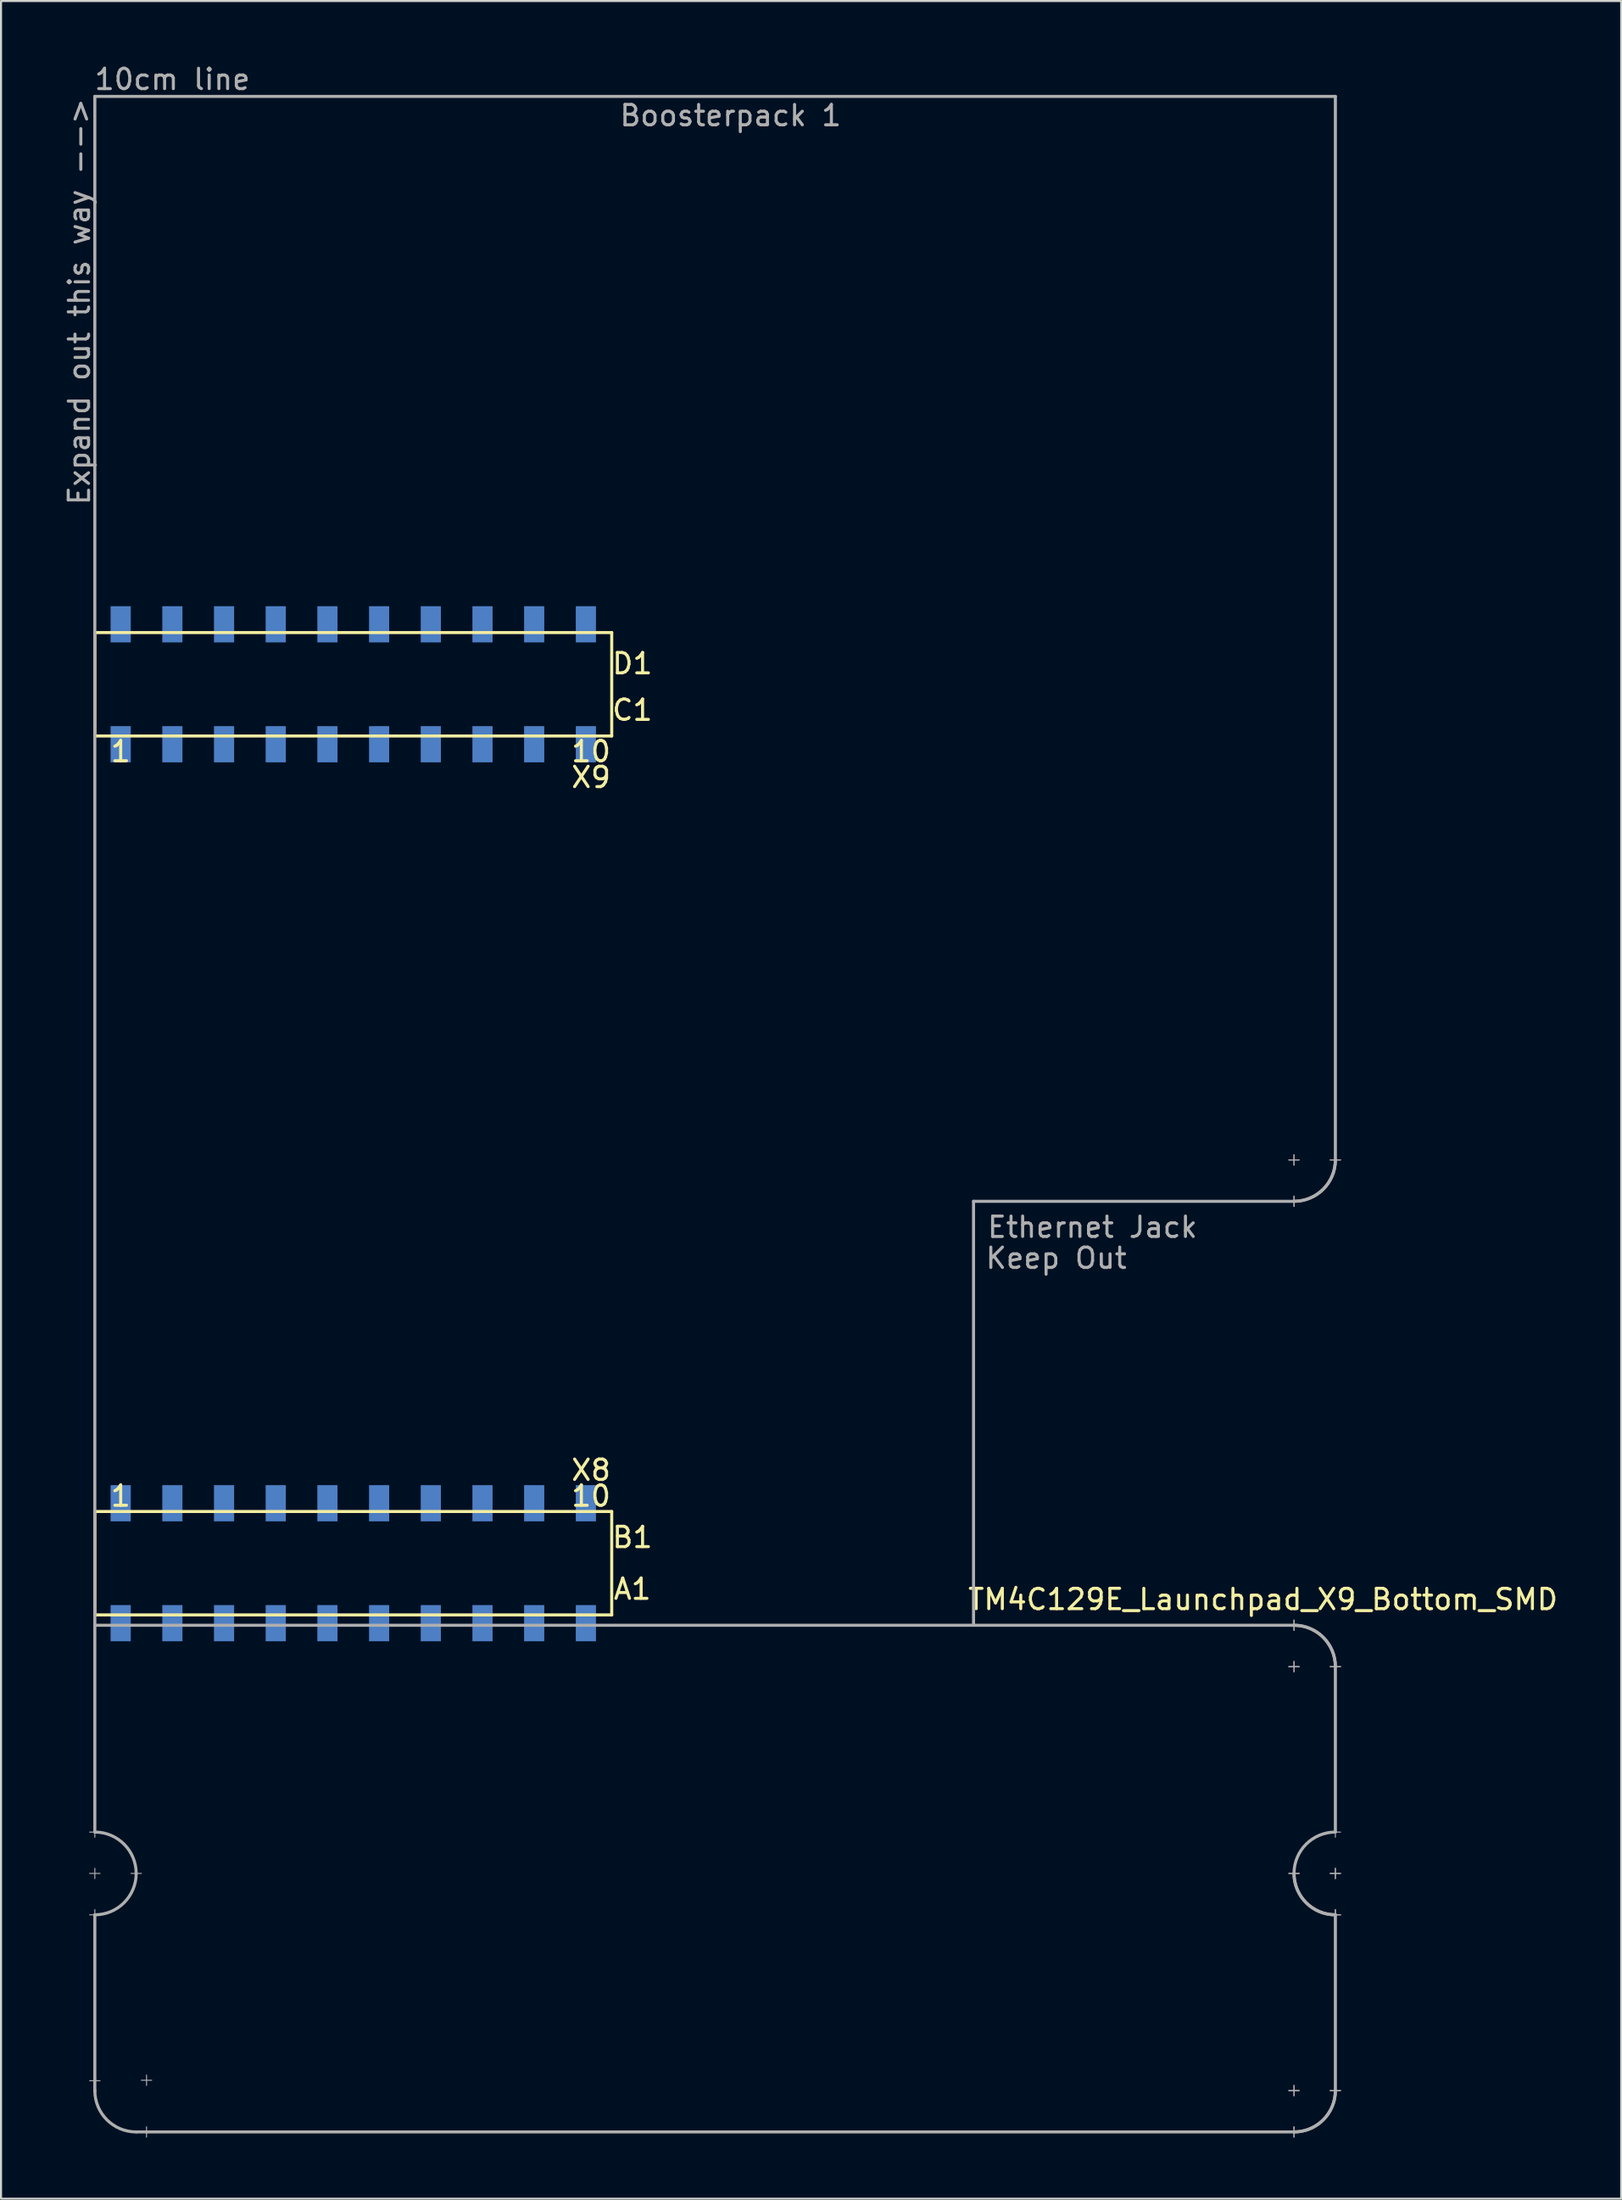
<source format=kicad_pcb>
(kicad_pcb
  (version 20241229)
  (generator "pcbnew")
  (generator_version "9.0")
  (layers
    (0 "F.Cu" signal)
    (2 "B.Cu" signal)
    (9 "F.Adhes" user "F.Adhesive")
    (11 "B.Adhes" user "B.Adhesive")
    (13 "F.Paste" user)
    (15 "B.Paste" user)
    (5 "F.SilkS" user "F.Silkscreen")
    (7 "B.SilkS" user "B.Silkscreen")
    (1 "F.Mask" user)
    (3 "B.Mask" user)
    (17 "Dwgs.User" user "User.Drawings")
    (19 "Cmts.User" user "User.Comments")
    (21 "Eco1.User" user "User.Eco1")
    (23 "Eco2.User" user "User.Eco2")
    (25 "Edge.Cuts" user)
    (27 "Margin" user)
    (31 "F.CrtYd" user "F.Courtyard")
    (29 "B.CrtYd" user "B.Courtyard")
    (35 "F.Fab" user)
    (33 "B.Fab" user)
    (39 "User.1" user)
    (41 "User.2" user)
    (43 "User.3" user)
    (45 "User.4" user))
  (footprint "TM4C129E_Launchpad_X9_Bottom_SMD"
    (layer "F.Cu")
    (at 1.61 76.286)
    (property "Reference" "TM4C129E_Launchpad_X9_Bottom_SMD" (at 57.404 -0.762 180) (layer "F.SilkS") (effects (font (size 1 1) (thickness 0.15))))
    (attr through_hole)
    (fp_line (start 0 -48.26) (end 0 -43.18) (stroke (width 0.15) (type solid)) (layer "F.SilkS"))
    (fp_line (start 0 -43.18) (end 25.4 -43.18) (stroke (width 0.15) (type solid)) (layer "F.SilkS"))
    (fp_line (start 0 -5.08) (end 0 0) (stroke (width 0.15) (type solid)) (layer "F.SilkS"))
    (fp_line (start 0 0) (end 25.4 0) (stroke (width 0.15) (type solid)) (layer "F.SilkS"))
    (fp_line (start 25.4 -48.26) (end 0 -48.26) (stroke (width 0.15) (type solid)) (layer "F.SilkS"))
    (fp_line (start 25.4 -43.18) (end 25.4 -48.26) (stroke (width 0.15) (type solid)) (layer "F.SilkS"))
    (fp_line (start 25.4 -5.08) (end 0 -5.08) (stroke (width 0.15) (type solid)) (layer "F.SilkS"))
    (fp_line (start 25.4 0) (end 25.4 -5.08) (stroke (width 0.15) (type solid)) (layer "F.SilkS"))
    (fp_line (start -0.254 10.668) (end 0.254 10.668) (stroke (width 0.05) (type solid)) (layer "F.Fab"))
    (fp_line (start -0.254 12.7) (end 0.254 12.7) (stroke (width 0.05) (type solid)) (layer "F.Fab"))
    (fp_line (start -0.254 14.732) (end 0.254 14.732) (stroke (width 0.05) (type solid)) (layer "F.Fab"))
    (fp_line (start -0.254 22.885) (end 0.254 22.885) (stroke (width 0.05) (type solid)) (layer "F.Fab"))
    (fp_line (start 0 -74.6) (end 60.96 -74.6) (stroke (width 0.15) (type solid)) (layer "F.Fab"))
    (fp_line (start 0 0) (end 0 -74.6) (stroke (width 0.15) (type solid)) (layer "F.Fab"))
    (fp_line (start 0 0) (end 0 10.668) (stroke (width 0.15) (type solid)) (layer "F.Fab"))
    (fp_line (start 0 0.508) (end 58.928 0.508) (stroke (width 0.15) (type solid)) (layer "F.Fab"))
    (fp_line (start 0 10.922) (end 0 10.414) (stroke (width 0.05) (type solid)) (layer "F.Fab"))
    (fp_line (start 0 12.954) (end 0 12.446) (stroke (width 0.05) (type solid)) (layer "F.Fab"))
    (fp_line (start 0 14.732) (end 0 22.86) (stroke (width 0.15) (type solid)) (layer "F.Fab"))
    (fp_line (start 0 14.986) (end 0 14.478) (stroke (width 0.05) (type solid)) (layer "F.Fab"))
    (fp_line (start 0 22.86) (end 0 23.393) (stroke (width 0.15) (type solid)) (layer "F.Fab"))
    (fp_line (start 1.778 12.7) (end 2.286 12.7) (stroke (width 0.05) (type solid)) (layer "F.Fab"))
    (fp_line (start 2.286 22.86) (end 2.794 22.86) (stroke (width 0.05) (type solid)) (layer "F.Fab"))
    (fp_line (start 2.54 23.114) (end 2.54 22.606) (stroke (width 0.05) (type solid)) (layer "F.Fab"))
    (fp_line (start 2.54 25.4) (end 2.032 25.4) (stroke (width 0.15) (type solid)) (layer "F.Fab"))
    (fp_line (start 2.54 25.654) (end 2.54 25.146) (stroke (width 0.05) (type solid)) (layer "F.Fab"))
    (fp_line (start 43.18 -20.32) (end 43.18 0.508) (stroke (width 0.15) (type solid)) (layer "F.Fab"))
    (fp_line (start 58.674 -22.352) (end 59.182 -22.352) (stroke (width 0.05) (type solid)) (layer "F.Fab"))
    (fp_line (start 58.674 -22.352) (end 59.182 -22.352) (stroke (width 0.05) (type solid)) (layer "F.Fab"))
    (fp_line (start 58.674 2.54) (end 59.182 2.54) (stroke (width 0.05) (type solid)) (layer "F.Fab"))
    (fp_line (start 58.674 2.54) (end 59.182 2.54) (stroke (width 0.05) (type solid)) (layer "F.Fab"))
    (fp_line (start 58.674 12.7) (end 59.182 12.7) (stroke (width 0.05) (type solid)) (layer "F.Fab"))
    (fp_line (start 58.674 12.7) (end 59.182 12.7) (stroke (width 0.05) (type solid)) (layer "F.Fab"))
    (fp_line (start 58.928 -22.606) (end 58.928 -22.098) (stroke (width 0.05) (type solid)) (layer "F.Fab"))
    (fp_line (start 58.928 -22.606) (end 58.928 -22.098) (stroke (width 0.05) (type solid)) (layer "F.Fab"))
    (fp_line (start 58.928 -20.574) (end 58.928 -20.066) (stroke (width 0.05) (type solid)) (layer "F.Fab"))
    (fp_line (start 58.928 -20.574) (end 58.928 -20.066) (stroke (width 0.05) (type solid)) (layer "F.Fab"))
    (fp_line (start 58.928 -20.32) (end 43.18 -20.32) (stroke (width 0.15) (type solid)) (layer "F.Fab"))
    (fp_line (start 58.928 0.762) (end 58.928 0.254) (stroke (width 0.05) (type solid)) (layer "F.Fab"))
    (fp_line (start 58.928 0.762) (end 58.928 0.254) (stroke (width 0.05) (type solid)) (layer "F.Fab"))
    (fp_line (start 58.928 2.794) (end 58.928 2.286) (stroke (width 0.05) (type solid)) (layer "F.Fab"))
    (fp_line (start 58.928 2.794) (end 58.928 2.286) (stroke (width 0.05) (type solid)) (layer "F.Fab"))
    (fp_line (start 58.928 23.622) (end 58.928 23.114) (stroke (width 0.05) (type solid)) (layer "F.Fab"))
    (fp_line (start 58.928 23.622) (end 58.928 23.114) (stroke (width 0.05) (type solid)) (layer "F.Fab"))
    (fp_line (start 58.928 25.4) (end 2.54 25.4) (stroke (width 0.15) (type solid)) (layer "F.Fab"))
    (fp_line (start 58.928 25.654) (end 58.928 25.146) (stroke (width 0.05) (type solid)) (layer "F.Fab"))
    (fp_line (start 58.928 25.654) (end 58.928 25.146) (stroke (width 0.05) (type solid)) (layer "F.Fab"))
    (fp_line (start 59.182 23.368) (end 58.674 23.368) (stroke (width 0.05) (type solid)) (layer "F.Fab"))
    (fp_line (start 59.182 23.368) (end 58.674 23.368) (stroke (width 0.05) (type solid)) (layer "F.Fab"))
    (fp_line (start 60.706 -22.352) (end 61.214 -22.352) (stroke (width 0.05) (type solid)) (layer "F.Fab"))
    (fp_line (start 60.706 -22.352) (end 61.214 -22.352) (stroke (width 0.05) (type solid)) (layer "F.Fab"))
    (fp_line (start 60.706 2.54) (end 61.214 2.54) (stroke (width 0.05) (type solid)) (layer "F.Fab"))
    (fp_line (start 60.706 2.54) (end 61.214 2.54) (stroke (width 0.05) (type solid)) (layer "F.Fab"))
    (fp_line (start 60.706 10.668) (end 61.214 10.668) (stroke (width 0.05) (type solid)) (layer "F.Fab"))
    (fp_line (start 60.706 12.7) (end 61.214 12.7) (stroke (width 0.05) (type solid)) (layer "F.Fab"))
    (fp_line (start 60.706 12.7) (end 61.214 12.7) (stroke (width 0.05) (type solid)) (layer "F.Fab"))
    (fp_line (start 60.706 14.732) (end 61.214 14.732) (stroke (width 0.05) (type solid)) (layer "F.Fab"))
    (fp_line (start 60.706 14.732) (end 61.214 14.732) (stroke (width 0.05) (type solid)) (layer "F.Fab"))
    (fp_line (start 60.96 -74.6) (end 60.96 -22.352) (stroke (width 0.15) (type solid)) (layer "F.Fab"))
    (fp_line (start 60.96 2.54) (end 60.96 10.668) (stroke (width 0.15) (type solid)) (layer "F.Fab"))
    (fp_line (start 60.96 10.922) (end 60.96 10.414) (stroke (width 0.05) (type solid)) (layer "F.Fab"))
    (fp_line (start 60.96 12.954) (end 60.96 12.446) (stroke (width 0.05) (type solid)) (layer "F.Fab"))
    (fp_line (start 60.96 12.954) (end 60.96 12.446) (stroke (width 0.05) (type solid)) (layer "F.Fab"))
    (fp_line (start 60.96 14.732) (end 60.96 23.368) (stroke (width 0.15) (type solid)) (layer "F.Fab"))
    (fp_line (start 60.96 14.986) (end 60.96 14.478) (stroke (width 0.05) (type solid)) (layer "F.Fab"))
    (fp_line (start 60.96 14.986) (end 60.96 14.478) (stroke (width 0.05) (type solid)) (layer "F.Fab"))
    (fp_line (start 60.96 23.622) (end 60.96 23.114) (stroke (width 0.05) (type solid)) (layer "F.Fab"))
    (fp_line (start 60.96 23.622) (end 60.96 23.114) (stroke (width 0.05) (type solid)) (layer "F.Fab"))
    (fp_line (start 61.214 23.368) (end 60.706 23.368) (stroke (width 0.05) (type solid)) (layer "F.Fab"))
    (fp_line (start 61.214 23.368) (end 60.706 23.368) (stroke (width 0.05) (type solid)) (layer "F.Fab"))
    (fp_arc (start 0 10.668) (mid 1.436841 11.263159) (end 2.032 12.7) (stroke (width 0.15) (type solid)) (layer "F.Fab"))
    (fp_arc (start 2.032 12.7) (mid 1.436841 14.136841) (end 0 14.732) (stroke (width 0.15) (type solid)) (layer "F.Fab"))
    (fp_arc (start 2.032 25.4) (mid 0.595159 24.804841) (end 0 23.368) (stroke (width 0.15) (type solid)) (layer "F.Fab"))
    (fp_arc (start 58.928 0.508) (mid 60.364841 1.103159) (end 60.96 2.54) (stroke (width 0.15) (type solid)) (layer "F.Fab"))
    (fp_arc (start 58.928 0.508) (mid 60.364841 1.103159) (end 60.96 2.54) (stroke (width 0.15) (type solid)) (layer "F.Fab"))
    (fp_arc (start 58.928 12.7) (mid 59.523159 11.263159) (end 60.96 10.668) (stroke (width 0.15) (type solid)) (layer "F.Fab"))
    (fp_arc (start 60.96 -22.352) (mid 60.364841 -20.915159) (end 58.928 -20.32) (stroke (width 0.15) (type solid)) (layer "F.Fab"))
    (fp_arc (start 60.96 -22.352) (mid 60.364841 -20.915159) (end 58.928 -20.32) (stroke (width 0.15) (type solid)) (layer "F.Fab"))
    (fp_arc (start 60.96 14.732) (mid 59.523159 14.136841) (end 58.928 12.7) (stroke (width 0.15) (type solid)) (layer "F.Fab"))
    (fp_arc (start 60.96 14.732) (mid 59.523159 14.136841) (end 58.928 12.7) (stroke (width 0.15) (type solid)) (layer "F.Fab"))
    (fp_arc (start 60.96 23.368) (mid 60.364841 24.804841) (end 58.928 25.4) (stroke (width 0.15) (type solid)) (layer "F.Fab"))
    (fp_arc (start 60.96 23.368) (mid 60.364841 24.804841) (end 58.928 25.4) (stroke (width 0.15) (type solid)) (layer "F.Fab"))
    (fp_text user "A1" (at 26.416 -1.27 180) (layer "F.SilkS") (effects (font (size 1 1) (thickness 0.15))))
    (fp_text user "1" (at 1.27 -42.418 180) (layer "F.SilkS") (effects (font (size 1 1) (thickness 0.15))))
    (fp_text user "10" (at 24.384 -42.418 180) (layer "F.SilkS") (effects (font (size 1 1) (thickness 0.15))))
    (fp_text user "X8" (at 24.384 -7.112 180) (layer "F.SilkS") (effects (font (size 1 1) (thickness 0.15))))
    (fp_text user "B1" (at 26.416 -3.81 180) (layer "F.SilkS") (effects (font (size 1 1) (thickness 0.15))))
    (fp_text user "10" (at 24.384 -5.842 180) (layer "F.SilkS") (effects (font (size 1 1) (thickness 0.15))))
    (fp_text user "X9" (at 24.384 -41.148 180) (layer "F.SilkS") (effects (font (size 1 1) (thickness 0.15))))
    (fp_text user "C1" (at 26.416 -44.45 180) (layer "F.SilkS") (effects (font (size 1 1) (thickness 0.15))))
    (fp_text user "D1" (at 26.416 -46.736 180) (layer "F.SilkS") (effects (font (size 1 1) (thickness 0.15))))
    (fp_text user "1" (at 1.27 -5.842 180) (layer "F.SilkS") (effects (font (size 1 1) (thickness 0.15))))
    (fp_text user "Ethernet Jack" (at 49.022 -19.05 0) (layer "F.Fab") (effects (font (size 1 1) (thickness 0.15))))
    (fp_text user "Boosterpack 1" (at 31.242 -73.66 0) (layer "F.Fab") (effects (font (size 1 1) (thickness 0.15))))
    (fp_text user "Keep Out" (at 47.244 -17.526 0) (layer "F.Fab") (effects (font (size 1 1) (thickness 0.15))))
    (fp_text user "Expand out this way -->" (at -0.762 -64.516 90) (layer "F.Fab") (effects (font (size 1 1) (thickness 0.15))))
    (fp_text user "10cm line" (at 3.81 -75.438 0) (layer "F.Fab") (effects (font (size 1 1) (thickness 0.15))))
    (pad "+3V3" smd rect (at 1.27 0.406 180) (size 0.991 1.778) (layers "B.Cu" "B.Mask" "B.Paste"))
    (pad "+5V" smd rect (at 1.27 -5.486 180) (size 0.991 1.778) (layers "B.Cu" "B.Mask" "B.Paste"))
    (pad "GND" smd rect (at 1.27 -48.666 180) (size 0.991 1.778) (layers "B.Cu" "B.Mask" "B.Paste"))
    (pad "GND" smd rect (at 3.81 -5.486 180) (size 0.991 1.778) (layers "B.Cu" "B.Mask" "B.Paste"))
    (pad "PA6" smd rect (at 19.05 -5.486 180) (size 0.991 1.778) (layers "B.Cu" "B.Mask" "B.Paste"))
    (pad "PB2" smd rect (at 21.59 0.406 180) (size 0.991 1.778) (layers "B.Cu" "B.Mask" "B.Paste"))
    (pad "PB3" smd rect (at 24.13 0.406 180) (size 0.991 1.778) (layers "B.Cu" "B.Mask" "B.Paste"))
    (pad "PC4" smd rect (at 6.35 0.406 180) (size 0.991 1.778) (layers "B.Cu" "B.Mask" "B.Paste"))
    (pad "PC5" smd rect (at 8.89 0.406 180) (size 0.991 1.778) (layers "B.Cu" "B.Mask" "B.Paste"))
    (pad "PC6" smd rect (at 11.43 0.406 180) (size 0.991 1.778) (layers "B.Cu" "B.Mask" "B.Paste"))
    (pad "PC7" smd rect (at 19.05 0.406 180) (size 0.991 1.778) (layers "B.Cu" "B.Mask" "B.Paste"))
    (pad "PD0" smd rect (at 16.51 -48.666 180) (size 0.991 1.778) (layers "B.Cu" "B.Mask" "B.Paste"))
    (pad "PD1" smd rect (at 13.97 -48.666 180) (size 0.991 1.778) (layers "B.Cu" "B.Mask" "B.Paste"))
    (pad "PD3" smd rect (at 16.51 0.406 180) (size 0.991 1.778) (layers "B.Cu" "B.Mask" "B.Paste"))
    (pad "PD7" smd rect (at 16.51 -5.486 180) (size 0.991 1.778) (layers "B.Cu" "B.Mask" "B.Paste"))
    (pad "PE0" smd rect (at 6.35 -5.486 180) (size 0.991 1.778) (layers "B.Cu" "B.Mask" "B.Paste"))
    (pad "PE1" smd rect (at 8.89 -5.486 180) (size 0.991 1.778) (layers "B.Cu" "B.Mask" "B.Paste"))
    (pad "PE2" smd rect (at 11.43 -5.486 180) (size 0.991 1.778) (layers "B.Cu" "B.Mask" "B.Paste"))
    (pad "PE3" smd rect (at 13.97 -5.486 180) (size 0.991 1.778) (layers "B.Cu" "B.Mask" "B.Paste"))
    (pad "PE4" smd rect (at 3.81 0.406 180) (size 0.991 1.778) (layers "B.Cu" "B.Mask" "B.Paste"))
    (pad "PE5" smd rect (at 13.97 0.406 180) (size 0.991 1.778) (layers "B.Cu" "B.Mask" "B.Paste"))
    (pad "PF1" smd rect (at 1.27 -42.774 180) (size 0.991 1.778) (layers "B.Cu" "B.Mask" "B.Paste"))
    (pad "PF2" smd rect (at 3.81 -42.774 180) (size 0.991 1.778) (layers "B.Cu" "B.Mask" "B.Paste"))
    (pad "PF3" smd rect (at 6.35 -42.774 180) (size 0.991 1.778) (layers "B.Cu" "B.Mask" "B.Paste"))
    (pad "PG0" smd rect (at 8.89 -42.774 180) (size 0.991 1.778) (layers "B.Cu" "B.Mask" "B.Paste"))
    (pad "PH2" smd rect (at 6.35 -48.666 180) (size 0.991 1.778) (layers "B.Cu" "B.Mask" "B.Paste"))
    (pad "PH3" smd rect (at 8.89 -48.666 180) (size 0.991 1.778) (layers "B.Cu" "B.Mask" "B.Paste"))
    (pad "PL0" smd rect (at 16.51 -42.774 180) (size 0.991 1.778) (layers "B.Cu" "B.Mask" "B.Paste"))
    (pad "PL1" smd rect (at 19.05 -42.774 180) (size 0.991 1.778) (layers "B.Cu" "B.Mask" "B.Paste"))
    (pad "PL2" smd rect (at 21.59 -42.774 180) (size 0.991 1.778) (layers "B.Cu" "B.Mask" "B.Paste"))
    (pad "PL3" smd rect (at 24.13 -42.774 180) (size 0.991 1.778) (layers "B.Cu" "B.Mask" "B.Paste"))
    (pad "PL4" smd rect (at 11.43 -42.774 180) (size 0.991 1.778) (layers "B.Cu" "B.Mask" "B.Paste"))
    (pad "PL5" smd rect (at 13.97 -42.774 180) (size 0.991 1.778) (layers "B.Cu" "B.Mask" "B.Paste"))
    (pad "PM3" smd rect (at 3.81 -48.666 180) (size 0.991 1.778) (layers "B.Cu" "B.Mask" "B.Paste"))
    (pad "PM4" smd rect (at 21.59 -5.486 180) (size 0.991 1.778) (layers "B.Cu" "B.Mask" "B.Paste"))
    (pad "PM5" smd rect (at 24.13 -5.486 180) (size 0.991 1.778) (layers "B.Cu" "B.Mask" "B.Paste"))
    (pad "PN2" smd rect (at 19.05 -48.666 180) (size 0.991 1.778) (layers "B.Cu" "B.Mask" "B.Paste"))
    (pad "PN3" smd rect (at 21.59 -48.666 180) (size 0.991 1.778) (layers "B.Cu" "B.Mask" "B.Paste"))
    (pad "PP2" smd rect (at 24.13 -48.666 180) (size 0.991 1.778) (layers "B.Cu" "B.Mask" "B.Paste"))
    (pad "Rese" smd rect (at 11.43 -48.666 180) (size 0.991 1.778) (layers "B.Cu" "B.Mask" "B.Paste")))
  (gr_rect
    (start -3 -3)
    (end 76.615 104.965)
    (stroke (width 0.1) (type default))
    (fill no)
    (layer "Edge.Cuts")))
</source>
